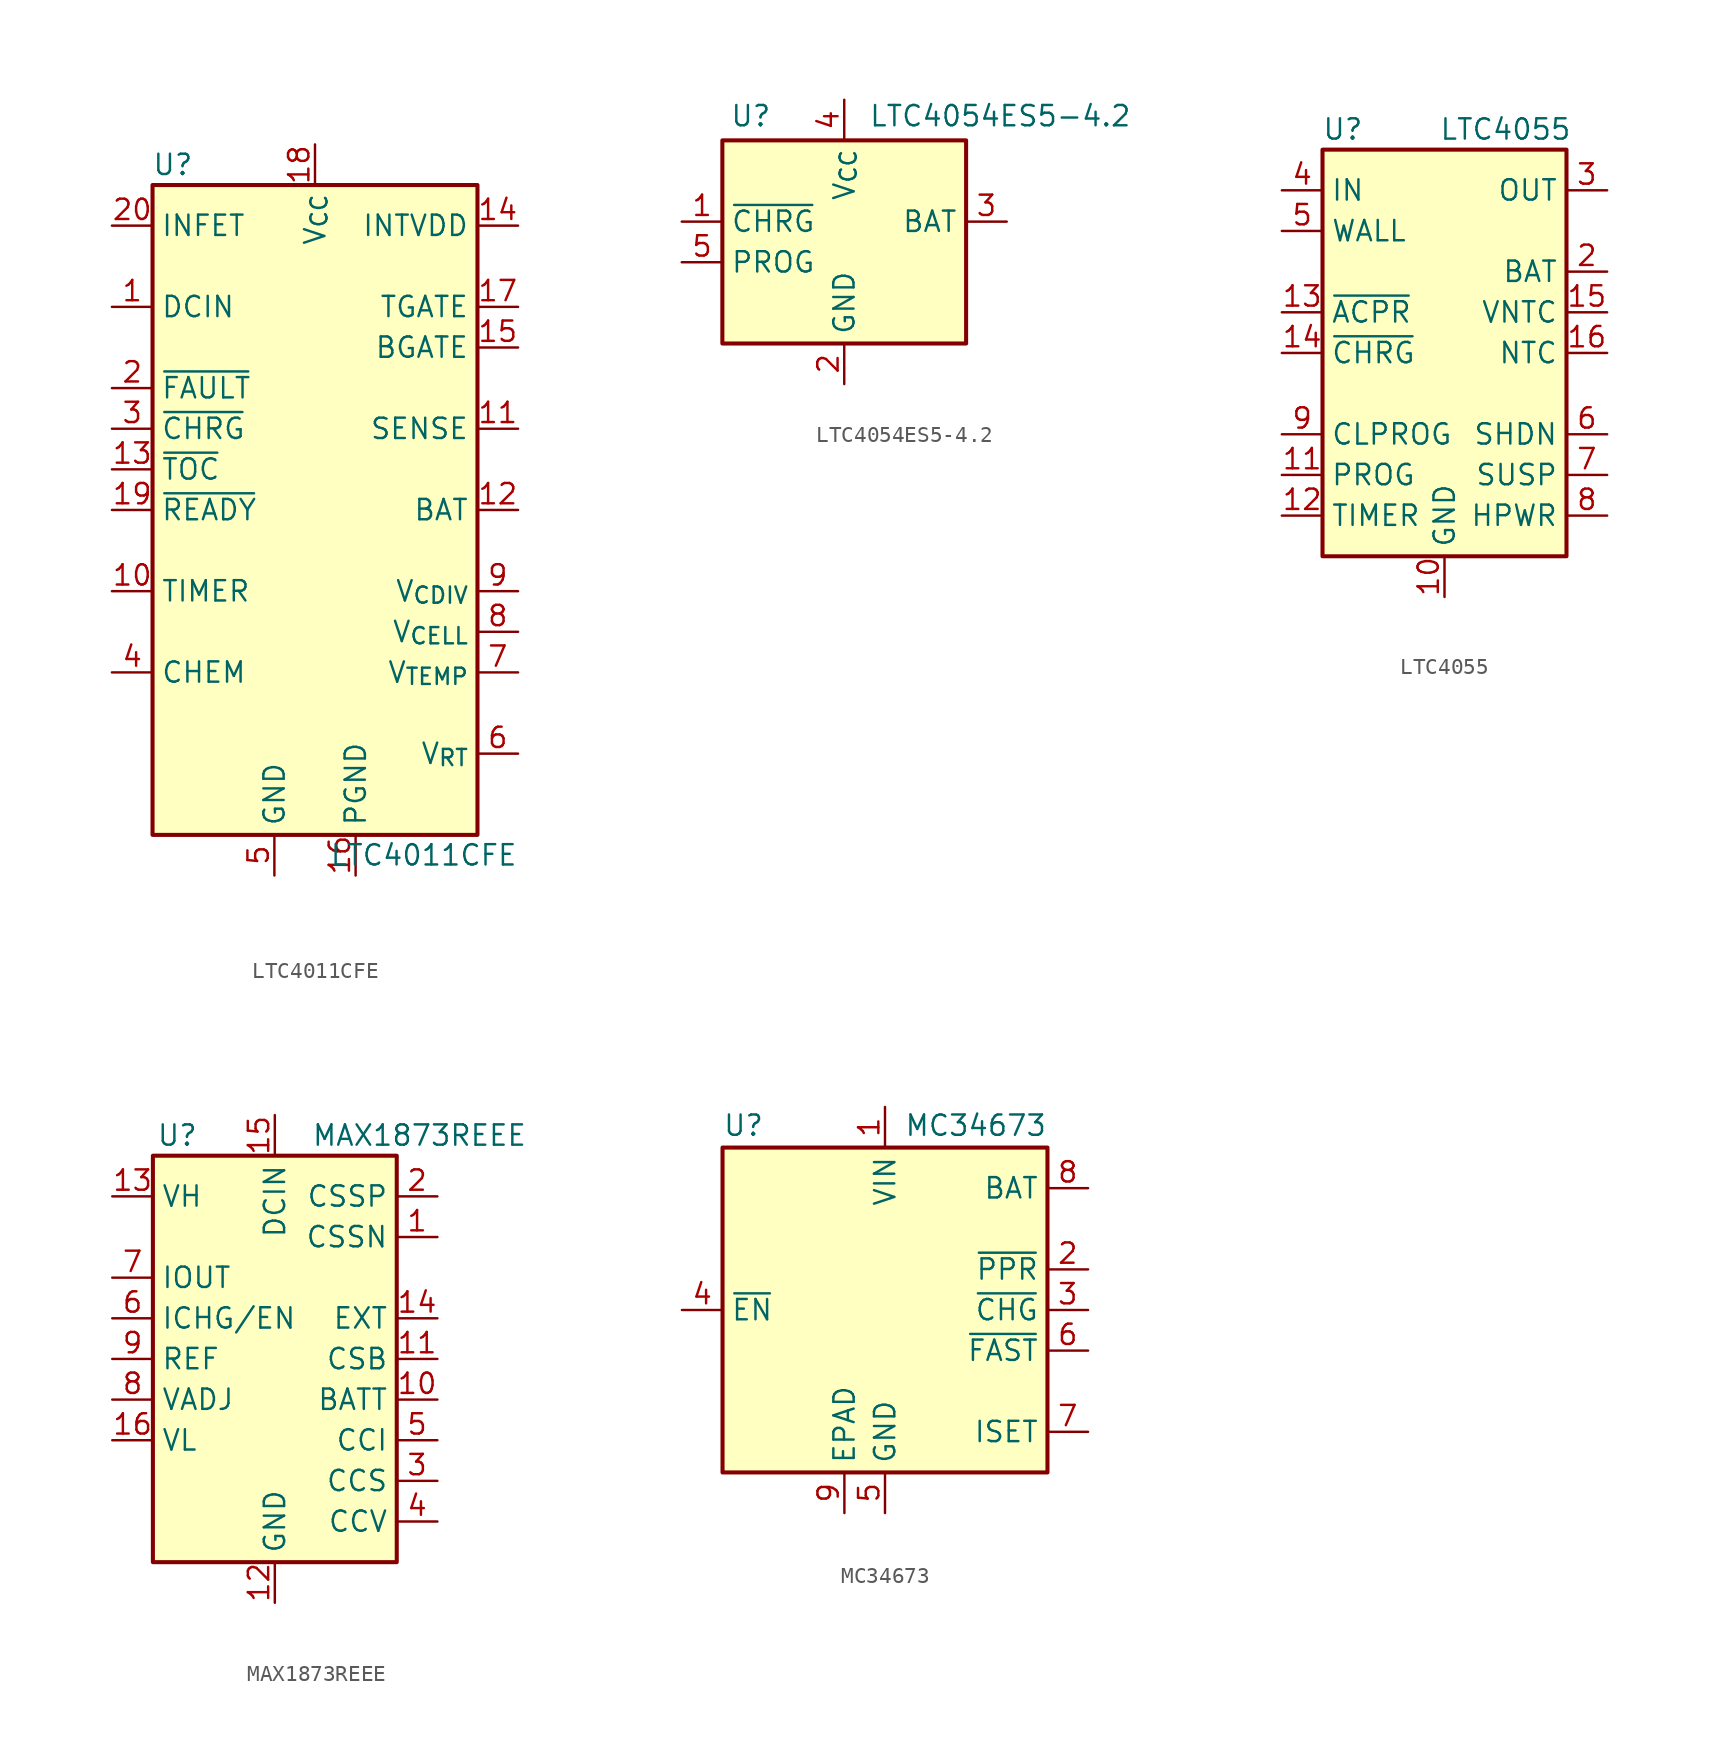
<source format=kicad_sym>
(kicad_symbol_lib
  (version 20220914)
  (generator kicad_symbol_editor)
  (symbol "LTC4011CFE"
    (property "Reference" "U"
      (at -8.89 21.59 0)
      (effects (font (size 1.27 1.27))))
    (property "Value" "LTC4011CFE"
      (at 12.7 -21.59 0)
      (effects (font (size 1.27 1.27)) (justify right)))
    (symbol "LTC4011CFE_0_1"
      (rectangle (start -10.16 20.32) (end 10.16 -20.32) (stroke (width 0.254) (type default)) (fill (type background))))
    (symbol "LTC4011CFE_1_1"
      (pin input line (at -12.7 12.7 0) (length 2.54) (name "DCIN" (effects (font (size 1.27 1.27)))) (number "1" (effects (font (size 1.27 1.27)))))
      (pin passive line (at -12.7 -5.08 0) (length 2.54) (name "TIMER" (effects (font (size 1.27 1.27)))) (number "10" (effects (font (size 1.27 1.27)))))
      (pin input line (at 12.7 5.08 180) (length 2.54) (name "SENSE" (effects (font (size 1.27 1.27)))) (number "11" (effects (font (size 1.27 1.27)))))
      (pin power_out line (at 12.7 0 180) (length 2.54) (name "BAT" (effects (font (size 1.27 1.27)))) (number "12" (effects (font (size 1.27 1.27)))))
      (pin open_collector line (at -12.7 2.54 0) (length 2.54) (name "~{TOC}" (effects (font (size 1.27 1.27)))) (number "13" (effects (font (size 1.27 1.27)))))
      (pin power_out line (at 12.7 17.78 180) (length 2.54) (name "INTVDD" (effects (font (size 1.27 1.27)))) (number "14" (effects (font (size 1.27 1.27)))))
      (pin output line (at 12.7 10.16 180) (length 2.54) (name "BGATE" (effects (font (size 1.27 1.27)))) (number "15" (effects (font (size 1.27 1.27)))))
      (pin power_in line (at 2.54 -22.86 90) (length 2.54) (name "PGND" (effects (font (size 1.27 1.27)))) (number "16" (effects (font (size 1.27 1.27)))))
      (pin output line (at 12.7 12.7 180) (length 2.54) (name "TGATE" (effects (font (size 1.27 1.27)))) (number "17" (effects (font (size 1.27 1.27)))))
      (pin power_in line (at 0 22.86 270) (length 2.54) (name "V_{CC}" (effects (font (size 1.27 1.27)))) (number "18" (effects (font (size 1.27 1.27)))))
      (pin open_collector line (at -12.7 0 0) (length 2.54) (name "~{READY}" (effects (font (size 1.27 1.27)))) (number "19" (effects (font (size 1.27 1.27)))))
      (pin open_collector line (at -12.7 7.62 0) (length 2.54) (name "~{FAULT}" (effects (font (size 1.27 1.27)))) (number "2" (effects (font (size 1.27 1.27)))))
      (pin output line (at -12.7 17.78 0) (length 2.54) (name "INFET" (effects (font (size 1.27 1.27)))) (number "20" (effects (font (size 1.27 1.27)))))
      (pin passive line (at -2.54 -22.86 90) (length 2.54) hide (name "GND" (effects (font (size 1.27 1.27)))) (number "21" (effects (font (size 1.27 1.27)))))
      (pin open_collector line (at -12.7 5.08 0) (length 2.54) (name "~{CHRG}" (effects (font (size 1.27 1.27)))) (number "3" (effects (font (size 1.27 1.27)))))
      (pin passive line (at -12.7 -10.16 0) (length 2.54) (name "CHEM" (effects (font (size 1.27 1.27)))) (number "4" (effects (font (size 1.27 1.27)))))
      (pin power_in line (at -2.54 -22.86 90) (length 2.54) (name "GND" (effects (font (size 1.27 1.27)))) (number "5" (effects (font (size 1.27 1.27)))))
      (pin output line (at 12.7 -15.24 180) (length 2.54) (name "V_{RT}" (effects (font (size 1.27 1.27)))) (number "6" (effects (font (size 1.27 1.27)))))
      (pin input line (at 12.7 -10.16 180) (length 2.54) (name "V_{TEMP}" (effects (font (size 1.27 1.27)))) (number "7" (effects (font (size 1.27 1.27)))))
      (pin input line (at 12.7 -7.62 180) (length 2.54) (name "V_{CELL}" (effects (font (size 1.27 1.27)))) (number "8" (effects (font (size 1.27 1.27)))))
      (pin output line (at 12.7 -5.08 180) (length 2.54) (name "V_{CDIV}" (effects (font (size 1.27 1.27)))) (number "9" (effects (font (size 1.27 1.27)))))))
  (symbol "LTC4054ES5-4.2"
    (property "Reference" "U"
      (at -5.842 6.604 0)
      (effects (font (size 1.27 1.27))))
    (property "Value" "LTC4054ES5-4.2"
      (at 1.524 6.604 0)
      (effects (font (size 1.27 1.27)) (justify left)))
    (symbol "LTC4054ES5-4.2_0_1"
      (rectangle (start -7.62 5.08) (end 7.62 -7.62) (stroke (width 0.254) (type default)) (fill (type background))))
    (symbol "LTC4054ES5-4.2_1_1"
      (pin open_collector line (at -10.16 0 0) (length 2.54) (name "~{CHRG}" (effects (font (size 1.27 1.27)))) (number "1" (effects (font (size 1.27 1.27)))))
      (pin power_in line (at 0 -10.16 90) (length 2.54) (name "GND" (effects (font (size 1.27 1.27)))) (number "2" (effects (font (size 1.27 1.27)))))
      (pin power_out line (at 10.16 0 180) (length 2.54) (name "BAT" (effects (font (size 1.27 1.27)))) (number "3" (effects (font (size 1.27 1.27)))))
      (pin power_in line (at 0 7.62 270) (length 2.54) (name "V_{CC}" (effects (font (size 1.27 1.27)))) (number "4" (effects (font (size 1.27 1.27)))))
      (pin bidirectional line (at -10.16 -2.54 0) (length 2.54) (name "PROG" (effects (font (size 1.27 1.27)))) (number "5" (effects (font (size 1.27 1.27)))))))
  (symbol "LTC4055"
    (property "Reference" "U"
      (at -6.35 13.97 0)
      (effects (font (size 1.27 1.27))))
    (property "Value" "LTC4055"
      (at 3.81 13.97 0)
      (effects (font (size 1.27 1.27))))
    (symbol "LTC4055_0_1"
      (rectangle (start -7.62 12.7) (end 7.62 -12.7) (stroke (width 0.254) (type default)) (fill (type background))))
    (symbol "LTC4055_1_1"
      (pin passive line (at -10.16 10.16 0) (length 2.54) hide (name "IN" (effects (font (size 1.27 1.27)))) (number "1" (effects (font (size 1.27 1.27)))))
      (pin power_in line (at 0 -15.24 90) (length 2.54) (name "GND" (effects (font (size 1.27 1.27)))) (number "10" (effects (font (size 1.27 1.27)))))
      (pin passive line (at -10.16 -7.62 0) (length 2.54) (name "PROG" (effects (font (size 1.27 1.27)))) (number "11" (effects (font (size 1.27 1.27)))))
      (pin passive line (at -10.16 -10.16 0) (length 2.54) (name "TIMER" (effects (font (size 1.27 1.27)))) (number "12" (effects (font (size 1.27 1.27)))))
      (pin open_collector line (at -10.16 2.54 0) (length 2.54) (name "~{ACPR}" (effects (font (size 1.27 1.27)))) (number "13" (effects (font (size 1.27 1.27)))))
      (pin open_collector line (at -10.16 0 0) (length 2.54) (name "~{CHRG}" (effects (font (size 1.27 1.27)))) (number "14" (effects (font (size 1.27 1.27)))))
      (pin output line (at 10.16 2.54 180) (length 2.54) (name "VNTC" (effects (font (size 1.27 1.27)))) (number "15" (effects (font (size 1.27 1.27)))))
      (pin input line (at 10.16 0 180) (length 2.54) (name "NTC" (effects (font (size 1.27 1.27)))) (number "16" (effects (font (size 1.27 1.27)))))
      (pin passive line (at 0 -15.24 90) (length 2.54) hide (name "GND" (effects (font (size 1.27 1.27)))) (number "17" (effects (font (size 1.27 1.27)))))
      (pin passive line (at 10.16 5.08 180) (length 2.54) (name "BAT" (effects (font (size 1.27 1.27)))) (number "2" (effects (font (size 1.27 1.27)))))
      (pin passive line (at 10.16 10.16 180) (length 2.54) (name "OUT" (effects (font (size 1.27 1.27)))) (number "3" (effects (font (size 1.27 1.27)))))
      (pin power_in line (at -10.16 10.16 0) (length 2.54) (name "IN" (effects (font (size 1.27 1.27)))) (number "4" (effects (font (size 1.27 1.27)))))
      (pin input line (at -10.16 7.62 0) (length 2.54) (name "WALL" (effects (font (size 1.27 1.27)))) (number "5" (effects (font (size 1.27 1.27)))))
      (pin input line (at 10.16 -5.08 180) (length 2.54) (name "SHDN" (effects (font (size 1.27 1.27)))) (number "6" (effects (font (size 1.27 1.27)))))
      (pin input line (at 10.16 -7.62 180) (length 2.54) (name "SUSP" (effects (font (size 1.27 1.27)))) (number "7" (effects (font (size 1.27 1.27)))))
      (pin input line (at 10.16 -10.16 180) (length 2.54) (name "HPWR" (effects (font (size 1.27 1.27)))) (number "8" (effects (font (size 1.27 1.27)))))
      (pin passive line (at -10.16 -5.08 0) (length 2.54) (name "CLPROG" (effects (font (size 1.27 1.27)))) (number "9" (effects (font (size 1.27 1.27)))))))
  (symbol "MAX1873REEE"
    (property "Reference" "U"
      (at -6.096 13.97 0)
      (effects (font (size 1.27 1.27))))
    (property "Value" "MAX1873REEE"
      (at 2.286 13.97 0)
      (effects (font (size 1.27 1.27)) (justify left)))
    (symbol "MAX1873REEE_0_1"
      (rectangle (start -7.62 12.7) (end 7.62 -12.7) (stroke (width 0.254) (type default)) (fill (type background))))
    (symbol "MAX1873REEE_1_1"
      (pin input line (at 10.16 7.62 180) (length 2.54) (name "CSSN" (effects (font (size 1.27 1.27)))) (number "1" (effects (font (size 1.27 1.27)))))
      (pin input line (at 10.16 -2.54 180) (length 2.54) (name "BATT" (effects (font (size 1.27 1.27)))) (number "10" (effects (font (size 1.27 1.27)))))
      (pin input line (at 10.16 0 180) (length 2.54) (name "CSB" (effects (font (size 1.27 1.27)))) (number "11" (effects (font (size 1.27 1.27)))))
      (pin power_in line (at 0 -15.24 90) (length 2.54) (name "GND" (effects (font (size 1.27 1.27)))) (number "12" (effects (font (size 1.27 1.27)))))
      (pin input line (at -10.16 10.16 0) (length 2.54) (name "VH" (effects (font (size 1.27 1.27)))) (number "13" (effects (font (size 1.27 1.27)))))
      (pin output line (at 10.16 2.54 180) (length 2.54) (name "EXT" (effects (font (size 1.27 1.27)))) (number "14" (effects (font (size 1.27 1.27)))))
      (pin power_in line (at 0 15.24 270) (length 2.54) (name "DCIN" (effects (font (size 1.27 1.27)))) (number "15" (effects (font (size 1.27 1.27)))))
      (pin input line (at -10.16 -5.08 0) (length 2.54) (name "VL" (effects (font (size 1.27 1.27)))) (number "16" (effects (font (size 1.27 1.27)))))
      (pin input line (at 10.16 10.16 180) (length 2.54) (name "CSSP" (effects (font (size 1.27 1.27)))) (number "2" (effects (font (size 1.27 1.27)))))
      (pin input line (at 10.16 -7.62 180) (length 2.54) (name "CCS" (effects (font (size 1.27 1.27)))) (number "3" (effects (font (size 1.27 1.27)))))
      (pin input line (at 10.16 -10.16 180) (length 2.54) (name "CCV" (effects (font (size 1.27 1.27)))) (number "4" (effects (font (size 1.27 1.27)))))
      (pin input line (at 10.16 -5.08 180) (length 2.54) (name "CCI" (effects (font (size 1.27 1.27)))) (number "5" (effects (font (size 1.27 1.27)))))
      (pin input line (at -10.16 2.54 0) (length 2.54) (name "ICHG/EN" (effects (font (size 1.27 1.27)))) (number "6" (effects (font (size 1.27 1.27)))))
      (pin output line (at -10.16 5.08 0) (length 2.54) (name "IOUT" (effects (font (size 1.27 1.27)))) (number "7" (effects (font (size 1.27 1.27)))))
      (pin input line (at -10.16 -2.54 0) (length 2.54) (name "VADJ" (effects (font (size 1.27 1.27)))) (number "8" (effects (font (size 1.27 1.27)))))
      (pin output line (at -10.16 0 0) (length 2.54) (name "REF" (effects (font (size 1.27 1.27)))) (number "9" (effects (font (size 1.27 1.27)))))))
  (symbol "MC34673"
    (property "Reference" "U"
      (at -10.16 10.795 0)
      (effects (font (size 1.27 1.27)) (justify left bottom)))
    (property "Value" "MC34673"
      (at 10.16 10.795 0)
      (effects (font (size 1.27 1.27)) (justify right bottom)))
    (symbol "MC34673_0_1"
      (rectangle (start -10.16 10.16) (end 10.16 -10.16) (stroke (width 0.254) (type default)) (fill (type background))))
    (symbol "MC34673_1_1"
      (pin power_in line (at 0 12.7 270) (length 2.54) (name "VIN" (effects (font (size 1.27 1.27)))) (number "1" (effects (font (size 1.27 1.27)))))
      (pin open_collector line (at 12.7 2.54 180) (length 2.54) (name "~{PPR}" (effects (font (size 1.27 1.27)))) (number "2" (effects (font (size 1.27 1.27)))))
      (pin open_collector line (at 12.7 0 180) (length 2.54) (name "~{CHG}" (effects (font (size 1.27 1.27)))) (number "3" (effects (font (size 1.27 1.27)))))
      (pin input line (at -12.7 0 0) (length 2.54) (name "~{EN}" (effects (font (size 1.27 1.27)))) (number "4" (effects (font (size 1.27 1.27)))))
      (pin power_in line (at 0 -12.7 90) (length 2.54) (name "GND" (effects (font (size 1.27 1.27)))) (number "5" (effects (font (size 1.27 1.27)))))
      (pin open_collector line (at 12.7 -2.54 180) (length 2.54) (name "~{FAST}" (effects (font (size 1.27 1.27)))) (number "6" (effects (font (size 1.27 1.27)))))
      (pin output line (at 12.7 -7.62 180) (length 2.54) (name "ISET" (effects (font (size 1.27 1.27)))) (number "7" (effects (font (size 1.27 1.27)))))
      (pin power_out line (at 12.7 7.62 180) (length 2.54) (name "BAT" (effects (font (size 1.27 1.27)))) (number "8" (effects (font (size 1.27 1.27)))))
      (pin power_in line (at -2.54 -12.7 90) (length 2.54) (name "EPAD" (effects (font (size 1.27 1.27)))) (number "9" (effects (font (size 1.27 1.27))))))))
</source>
